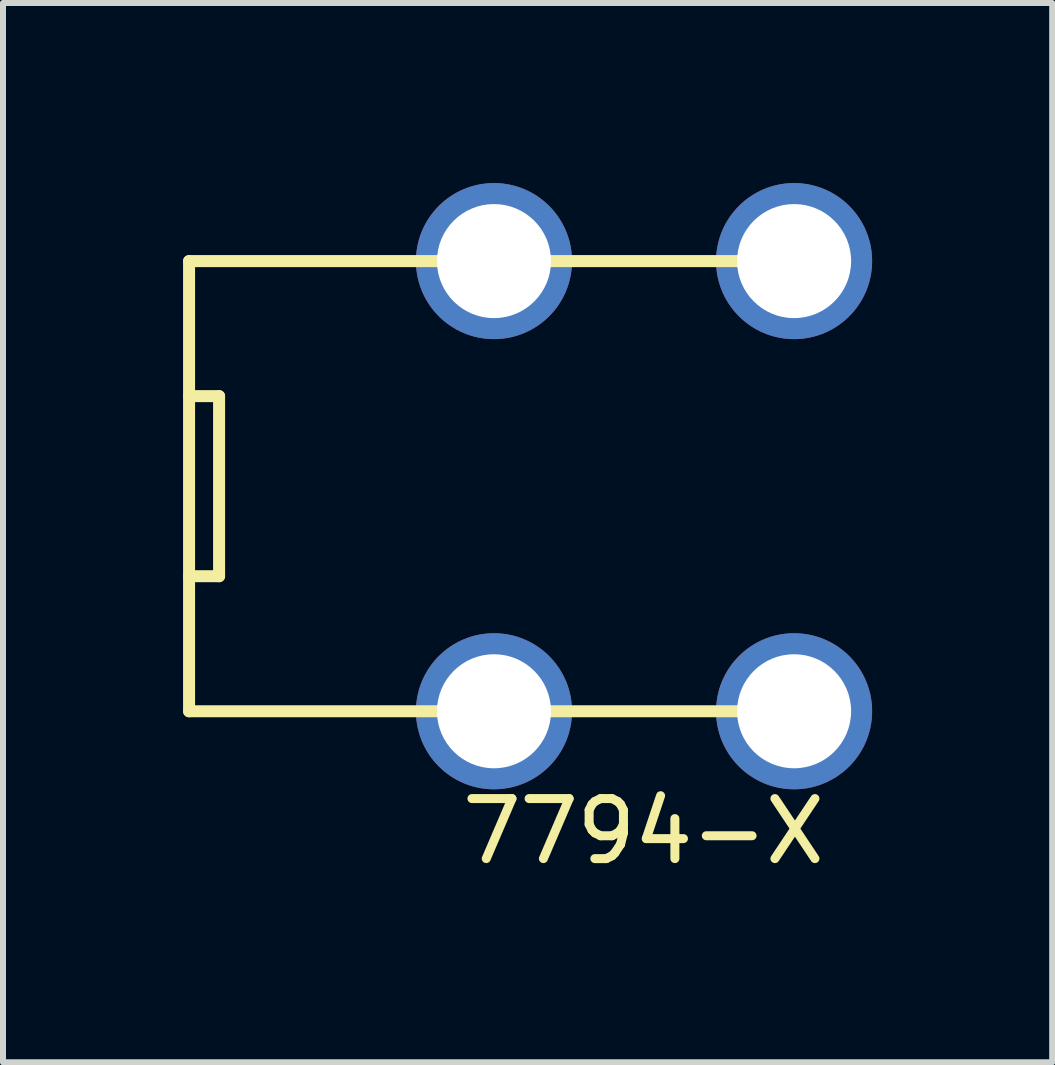
<source format=kicad_pcb>
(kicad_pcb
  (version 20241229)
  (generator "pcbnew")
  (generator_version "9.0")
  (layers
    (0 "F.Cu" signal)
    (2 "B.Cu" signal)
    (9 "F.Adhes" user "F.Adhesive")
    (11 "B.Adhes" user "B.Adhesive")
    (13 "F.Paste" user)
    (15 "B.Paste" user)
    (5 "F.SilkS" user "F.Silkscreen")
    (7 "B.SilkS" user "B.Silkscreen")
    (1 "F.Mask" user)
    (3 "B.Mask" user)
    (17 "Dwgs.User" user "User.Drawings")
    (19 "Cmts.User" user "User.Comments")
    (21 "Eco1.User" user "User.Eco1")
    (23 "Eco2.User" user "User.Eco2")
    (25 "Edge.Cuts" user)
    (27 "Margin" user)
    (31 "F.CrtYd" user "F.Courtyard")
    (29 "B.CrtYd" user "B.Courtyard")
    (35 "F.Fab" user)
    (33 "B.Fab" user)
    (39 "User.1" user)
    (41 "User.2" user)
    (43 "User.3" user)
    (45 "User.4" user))
  (footprint "7794-X"
    (layer "F.Cu")
    (at 7.68 5.05)
    (property "Reference" "7794-X" (at -0.01 5.75 180) (layer "F.SilkS") (effects (font (size 1 1) (thickness 0.15))))
    (attr through_hole)
    (fp_line (start -7.58 -3.75) (end -7.58 3.75) (stroke (width 0.2) (type solid)) (layer "F.SilkS"))
    (fp_line (start -7.58 1.5) (end -7.08 1.5) (stroke (width 0.2) (type solid)) (layer "F.SilkS"))
    (fp_line (start -7.08 -1.5) (end -7.58 -1.5) (stroke (width 0.2) (type solid)) (layer "F.SilkS"))
    (fp_line (start -7.08 1.5) (end -7.08 -1.5) (stroke (width 0.2) (type solid)) (layer "F.SilkS"))
    (fp_line (start -2.5 -3.75) (end -7.58 -3.75) (stroke (width 0.2) (type solid)) (layer "F.SilkS"))
    (fp_line (start -2.5 3.75) (end -7.58 3.75) (stroke (width 0.2) (type solid)) (layer "F.SilkS"))
    (fp_line (start 2.5 -3.75) (end -2.5 -3.75) (stroke (width 0.2) (type solid)) (layer "F.SilkS"))
    (fp_line (start 2.5 3.75) (end -2.5 3.75) (stroke (width 0.2) (type solid)) (layer "F.SilkS"))
    (pad "S" thru_hole circle (at -2.5 -3.75) (size 2.6 2.6) (drill 1.9) (layers "*.Cu" "*.Mask"))
    (pad "S" thru_hole circle (at -2.5 3.75) (size 2.6 2.6) (drill 1.9) (layers "*.Cu" "*.Mask"))
    (pad "S" thru_hole circle (at 2.5 -3.75) (size 2.6 2.6) (drill 1.9) (layers "*.Cu" "*.Mask"))
    (pad "S" thru_hole circle (at 2.5 3.75) (size 2.6 2.6) (drill 1.9) (layers "*.Cu" "*.Mask")))
  (gr_rect
    (start -3 -3)
    (end 14.48 14.648)
    (stroke (width 0.1) (type default))
    (fill no)
    (layer "Edge.Cuts")))
</source>
